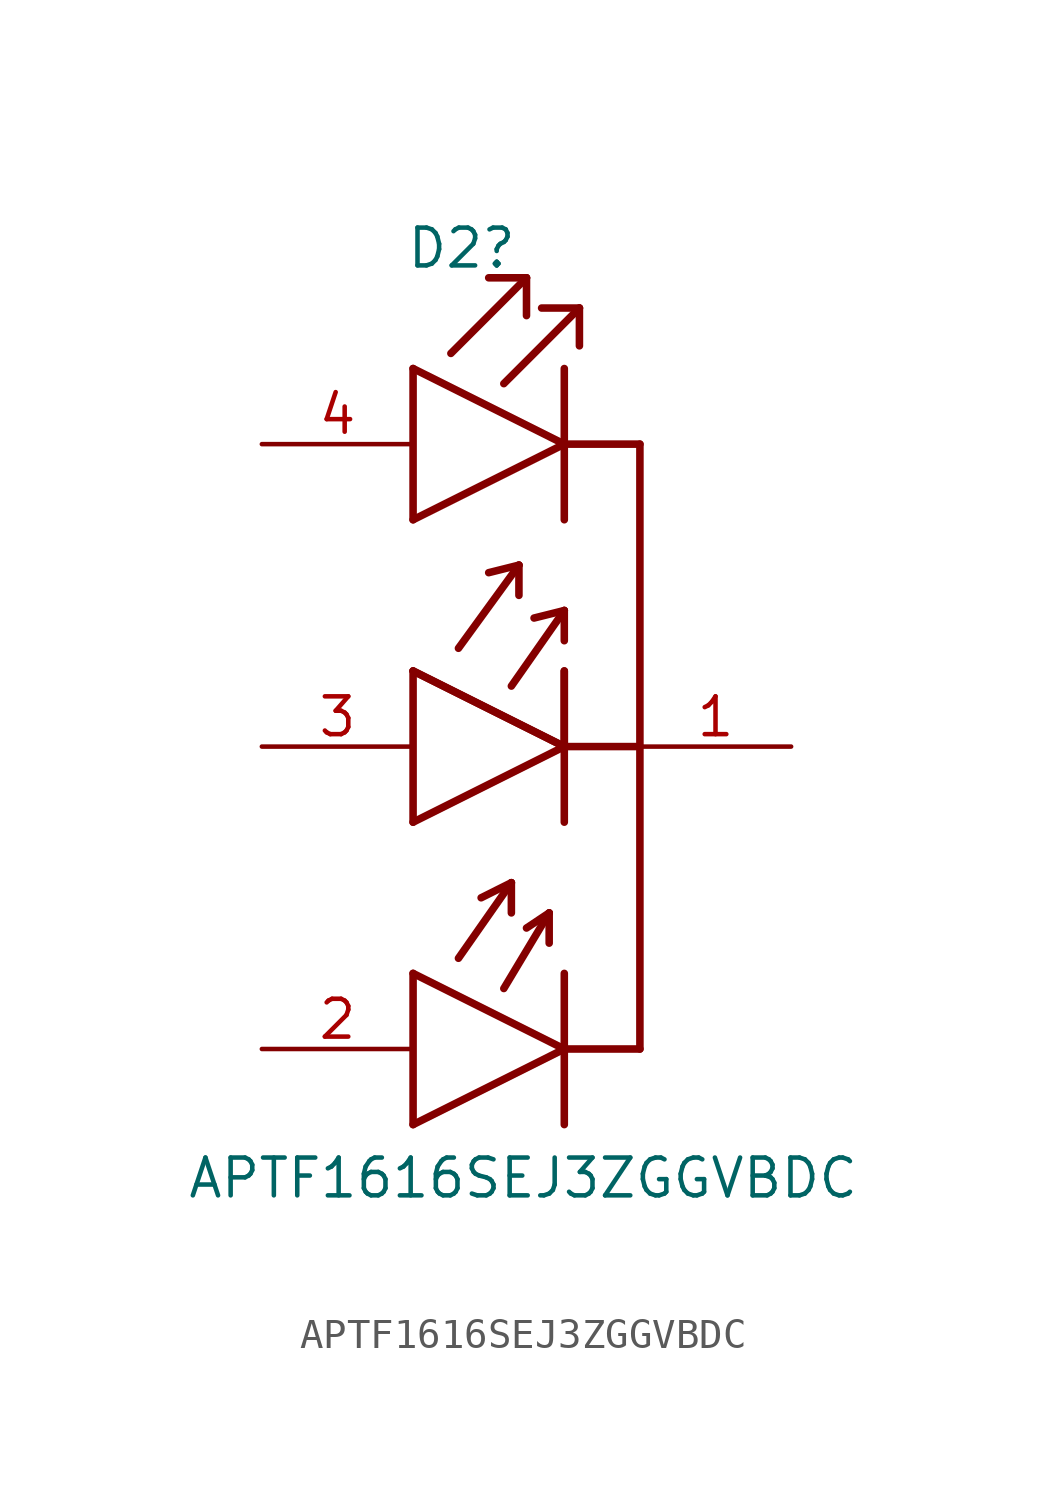
<source format=kicad_sym>
(kicad_symbol_lib
  (version 20241209)
  (generator "kicad_symbol_editor")
  (generator_version "9.0")
  (symbol "APTF1616SEJ3ZGGVBDC"
    (property "Reference" "D2"
      (at 4.826 5.842 0)
      (effects (font (size 1.27 1.27)) (justify left bottom)))
    (property "Value" "APTF1616SEJ3ZGGVBDC"
      (at -2.54 -25.4 0)
      (effects (font (size 1.27 1.27)) (justify left bottom)))
    (symbol "APTF1616SEJ3ZGGVBDC_1_0"
      (polyline (pts (xy 5.08 2.54) (xy 5.08 -2.54)) (stroke (width 0.254) (type default)) (fill (type none)))
      (polyline (pts (xy 5.08 2.54) (xy 10.16 0)) (stroke (width 0.254) (type default)) (fill (type none)))
      (polyline (pts (xy 5.08 -2.54) (xy 10.16 0)) (stroke (width 0.254) (type default)) (fill (type none)))
      (polyline (pts (xy 5.08 -7.62) (xy 5.08 -12.7)) (stroke (width 0.254) (type default)) (fill (type none)))
      (polyline (pts (xy 5.08 -7.62) (xy 10.16 -10.16)) (stroke (width 0.254) (type default)) (fill (type none)))
      (polyline (pts (xy 5.08 -12.7) (xy 10.16 -10.16)) (stroke (width 0.254) (type default)) (fill (type none)))
      (polyline (pts (xy 5.08 -17.78) (xy 5.08 -22.86)) (stroke (width 0.254) (type default)) (fill (type none)))
      (polyline (pts (xy 5.08 -22.86) (xy 10.16 -20.32)) (stroke (width 0.254) (type default)) (fill (type none)))
      (polyline (pts (xy 6.35 3.048) (xy 8.89 5.588)) (stroke (width 0.254) (type default)) (fill (type none)))
      (polyline (pts (xy 6.604 -6.858) (xy 8.636 -4.064)) (stroke (width 0.254) (type default)) (fill (type none)))
      (polyline (pts (xy 6.604 -17.272) (xy 8.382 -14.732)) (stroke (width 0.254) (type default)) (fill (type none)))
      (polyline (pts (xy 8.128 2.032) (xy 10.668 4.572)) (stroke (width 0.254) (type default)) (fill (type none)))
      (polyline (pts (xy 8.128 -18.288) (xy 9.652 -15.748)) (stroke (width 0.254) (type default)) (fill (type none)))
      (polyline (pts (xy 8.382 -8.128) (xy 10.16 -5.588)) (stroke (width 0.254) (type default)) (fill (type none)))
      (polyline (pts (xy 8.382 -14.732) (xy 7.366 -15.24)) (stroke (width 0.254) (type default)) (fill (type none)))
      (polyline (pts (xy 8.382 -14.732) (xy 8.382 -15.748)) (stroke (width 0.254) (type default)) (fill (type none)))
      (polyline (pts (xy 8.636 -4.064) (xy 7.62 -4.318)) (stroke (width 0.254) (type default)) (fill (type none)))
      (polyline (pts (xy 8.636 -4.064) (xy 8.636 -5.08)) (stroke (width 0.254) (type default)) (fill (type none)))
      (polyline (pts (xy 8.89 5.588) (xy 7.62 5.588)) (stroke (width 0.254) (type default)) (fill (type none)))
      (polyline (pts (xy 8.89 5.588) (xy 8.89 4.318)) (stroke (width 0.254) (type default)) (fill (type none)))
      (polyline (pts (xy 9.652 -15.748) (xy 8.89 -16.256)) (stroke (width 0.254) (type default)) (fill (type none)))
      (polyline (pts (xy 9.652 -15.748) (xy 9.652 -16.764)) (stroke (width 0.254) (type default)) (fill (type none)))
      (polyline (pts (xy 10.16 2.54) (xy 10.16 -2.54)) (stroke (width 0.254) (type default)) (fill (type none)))
      (polyline (pts (xy 10.16 0) (xy 12.7 0)) (stroke (width 0.254) (type default)) (fill (type none)))
      (polyline (pts (xy 10.16 -5.588) (xy 9.144 -5.842)) (stroke (width 0.254) (type default)) (fill (type none)))
      (polyline (pts (xy 10.16 -5.588) (xy 10.16 -6.604)) (stroke (width 0.254) (type default)) (fill (type none)))
      (polyline (pts (xy 10.16 -7.62) (xy 10.16 -12.7)) (stroke (width 0.254) (type default)) (fill (type none)))
      (polyline (pts (xy 10.16 -10.16) (xy 5.08 -7.62)) (stroke (width 0.254) (type default)) (fill (type none)))
      (polyline (pts (xy 10.16 -10.16) (xy 10.16 -7.62)) (stroke (width 0.254) (type default)) (fill (type none)))
      (polyline (pts (xy 10.16 -10.16) (xy 12.7 -10.16)) (stroke (width 0.254) (type default)) (fill (type none)))
      (polyline (pts (xy 10.16 -17.78) (xy 10.16 -22.86)) (stroke (width 0.254) (type default)) (fill (type none)))
      (polyline (pts (xy 10.16 -20.32) (xy 5.08 -17.78)) (stroke (width 0.254) (type default)) (fill (type none)))
      (polyline (pts (xy 10.16 -20.32) (xy 12.7 -20.32)) (stroke (width 0.254) (type default)) (fill (type none)))
      (polyline (pts (xy 10.668 4.572) (xy 9.398 4.572)) (stroke (width 0.254) (type default)) (fill (type none)))
      (polyline (pts (xy 10.668 4.572) (xy 10.668 3.302)) (stroke (width 0.254) (type default)) (fill (type none)))
      (polyline (pts (xy 12.7 -20.32) (xy 12.7 0)) (stroke (width 0.254) (type default)) (fill (type none)))
      (pin passive line (at 0 0 0) (length 5.08) (name "BLUE_A" (effects (font (size 0 0)))) (number "4" (effects (font (size 1.27 1.27)))))
      (pin passive line (at 0 -10.16 0) (length 5.08) (name "GREEN_A" (effects (font (size 0 0)))) (number "3" (effects (font (size 1.27 1.27)))))
      (pin passive line (at 0 -20.32 0) (length 5.08) (name "RED_A" (effects (font (size 0 0)))) (number "2" (effects (font (size 1.27 1.27)))))
      (pin passive line (at 17.78 -10.16 180) (length 5.08) (name "COMMON_CATHODE" (effects (font (size 0 0)))) (number "1" (effects (font (size 1.27 1.27))))))))
</source>
